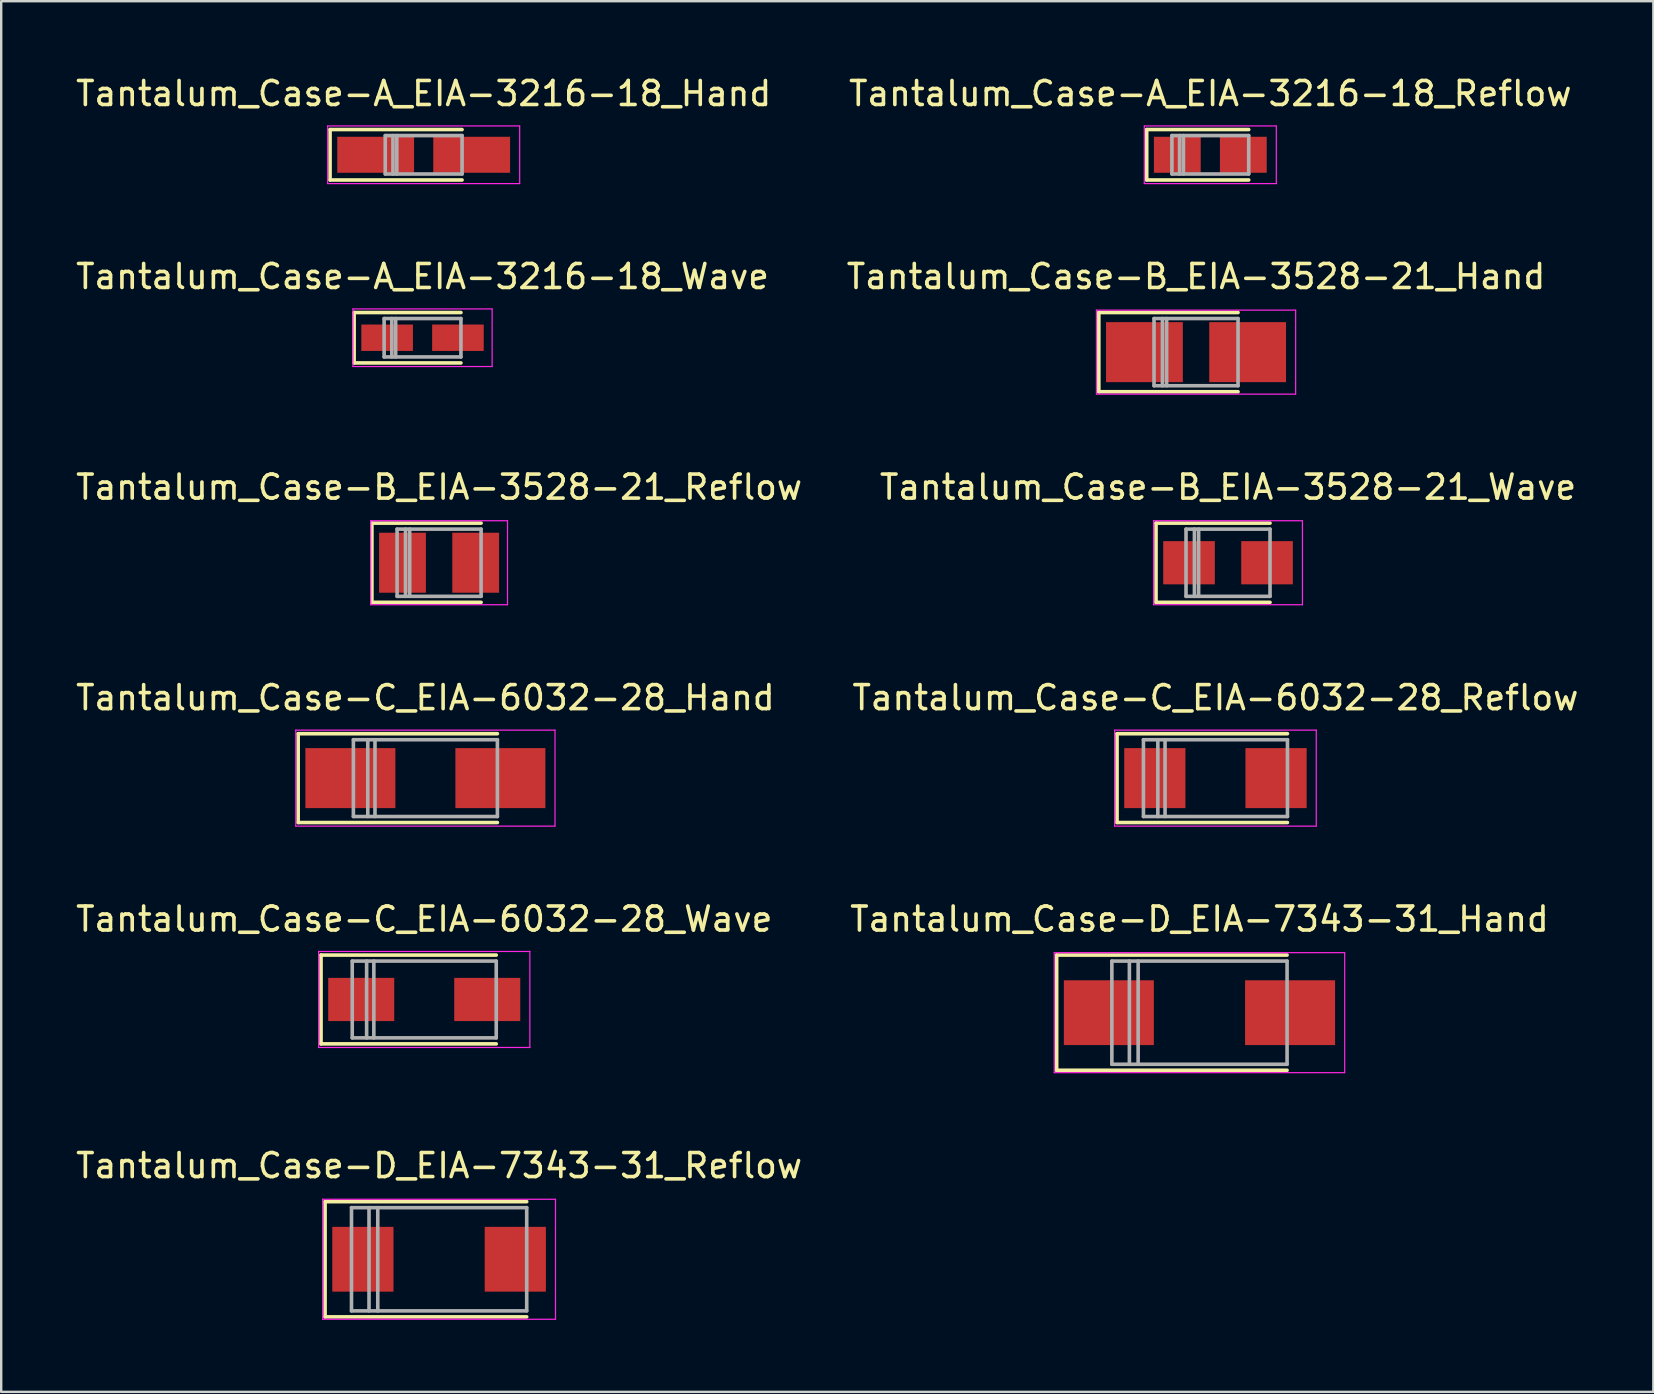
<source format=kicad_pcb>
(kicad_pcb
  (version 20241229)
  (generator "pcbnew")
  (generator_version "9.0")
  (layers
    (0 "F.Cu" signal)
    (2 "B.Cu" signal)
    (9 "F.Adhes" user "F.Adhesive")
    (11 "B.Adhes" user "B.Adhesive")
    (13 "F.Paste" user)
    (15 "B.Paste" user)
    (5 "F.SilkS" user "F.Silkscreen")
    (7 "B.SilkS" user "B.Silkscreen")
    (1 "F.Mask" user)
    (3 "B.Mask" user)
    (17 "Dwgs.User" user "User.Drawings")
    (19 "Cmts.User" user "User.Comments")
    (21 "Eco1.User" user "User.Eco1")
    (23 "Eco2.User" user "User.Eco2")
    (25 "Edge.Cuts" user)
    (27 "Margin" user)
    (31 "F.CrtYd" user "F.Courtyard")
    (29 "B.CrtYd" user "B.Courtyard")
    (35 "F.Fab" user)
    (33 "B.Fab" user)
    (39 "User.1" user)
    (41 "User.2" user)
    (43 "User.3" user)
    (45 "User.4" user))
  (footprint "Tantalum_Case-B_EIA-3528-21_Reflow"
    (layer "F.Cu")
    (at 15.244 20.395)
    (property "Reference" "Tantalum_Case-B_EIA-3528-21_Reflow" (at 0 -3.15 0) (layer "F.SilkS") (effects (font (size 1 1) (thickness 0.15))))
    (attr smd)
    (fp_line (start -2.8 -1.65) (end -2.8 1.65) (stroke (width 0.15) (type solid)) (layer "F.SilkS"))
    (fp_line (start -2.8 -1.65) (end 1.75 -1.65) (stroke (width 0.15) (type solid)) (layer "F.SilkS"))
    (fp_line (start -2.8 1.65) (end 1.75 1.65) (stroke (width 0.15) (type solid)) (layer "F.SilkS"))
    (fp_line (start -2.85 -1.75) (end -2.85 1.75) (stroke (width 0.05) (type solid)) (layer "F.CrtYd"))
    (fp_line (start -2.85 1.75) (end 2.85 1.75) (stroke (width 0.05) (type solid)) (layer "F.CrtYd"))
    (fp_line (start 2.85 -1.75) (end -2.85 -1.75) (stroke (width 0.05) (type solid)) (layer "F.CrtYd"))
    (fp_line (start 2.85 1.75) (end 2.85 -1.75) (stroke (width 0.05) (type solid)) (layer "F.CrtYd"))
    (fp_line (start -1.75 -1.4) (end -1.75 1.4) (stroke (width 0.15) (type solid)) (layer "F.Fab"))
    (fp_line (start -1.75 1.4) (end 1.75 1.4) (stroke (width 0.15) (type solid)) (layer "F.Fab"))
    (fp_line (start -1.4 -1.4) (end -1.4 1.4) (stroke (width 0.15) (type solid)) (layer "F.Fab"))
    (fp_line (start -1.225 -1.4) (end -1.225 1.4) (stroke (width 0.15) (type solid)) (layer "F.Fab"))
    (fp_line (start 1.75 -1.4) (end -1.75 -1.4) (stroke (width 0.15) (type solid)) (layer "F.Fab"))
    (fp_line (start 1.75 1.4) (end 1.75 -1.4) (stroke (width 0.15) (type solid)) (layer "F.Fab"))
    (pad "1" smd rect (at -1.525 0) (size 1.95 2.5) (layers "F.Cu" "F.Mask" "F.Paste"))
    (pad "2" smd rect (at 1.525 0) (size 1.95 2.5) (layers "F.Cu" "F.Mask" "F.Paste")))
  (footprint "Tantalum_Case-D_EIA-7343-31_Hand"
    (layer "F.Cu")
    (at 46.923 39.141)
    (property "Reference" "Tantalum_Case-D_EIA-7343-31_Hand" (at 0 -3.9 0) (layer "F.SilkS") (effects (font (size 1 1) (thickness 0.15))))
    (attr smd)
    (fp_line (start -5.95 -2.4) (end -5.95 2.4) (stroke (width 0.15) (type solid)) (layer "F.SilkS"))
    (fp_line (start -5.95 -2.4) (end 3.65 -2.4) (stroke (width 0.15) (type solid)) (layer "F.SilkS"))
    (fp_line (start -5.95 2.4) (end 3.65 2.4) (stroke (width 0.15) (type solid)) (layer "F.SilkS"))
    (fp_line (start -6.05 -2.5) (end -6.05 2.5) (stroke (width 0.05) (type solid)) (layer "F.CrtYd"))
    (fp_line (start -6.05 2.5) (end 6.05 2.5) (stroke (width 0.05) (type solid)) (layer "F.CrtYd"))
    (fp_line (start 6.05 -2.5) (end -6.05 -2.5) (stroke (width 0.05) (type solid)) (layer "F.CrtYd"))
    (fp_line (start 6.05 2.5) (end 6.05 -2.5) (stroke (width 0.05) (type solid)) (layer "F.CrtYd"))
    (fp_line (start -3.65 -2.15) (end -3.65 2.15) (stroke (width 0.15) (type solid)) (layer "F.Fab"))
    (fp_line (start -3.65 2.15) (end 3.65 2.15) (stroke (width 0.15) (type solid)) (layer "F.Fab"))
    (fp_line (start -2.92 -2.15) (end -2.92 2.15) (stroke (width 0.15) (type solid)) (layer "F.Fab"))
    (fp_line (start -2.555 -2.15) (end -2.555 2.15) (stroke (width 0.15) (type solid)) (layer "F.Fab"))
    (fp_line (start 3.65 -2.15) (end -3.65 -2.15) (stroke (width 0.15) (type solid)) (layer "F.Fab"))
    (fp_line (start 3.65 2.15) (end 3.65 -2.15) (stroke (width 0.15) (type solid)) (layer "F.Fab"))
    (pad "1" smd rect (at -3.775 0) (size 3.75 2.7) (layers "F.Cu" "F.Mask" "F.Paste"))
    (pad "2" smd rect (at 3.775 0) (size 3.75 2.7) (layers "F.Cu" "F.Mask" "F.Paste")))
  (footprint "Tantalum_Case-A_EIA-3216-18_Wave"
    (layer "F.Cu")
    (at 14.554 11.021)
    (property "Reference" "Tantalum_Case-A_EIA-3216-18_Wave" (at 0 -2.55 0) (layer "F.SilkS") (effects (font (size 1 1) (thickness 0.15))))
    (attr smd)
    (fp_line (start -2.85 -1.05) (end -2.85 1.05) (stroke (width 0.15) (type solid)) (layer "F.SilkS"))
    (fp_line (start -2.85 -1.05) (end 1.6 -1.05) (stroke (width 0.15) (type solid)) (layer "F.SilkS"))
    (fp_line (start -2.85 1.05) (end 1.6 1.05) (stroke (width 0.15) (type solid)) (layer "F.SilkS"))
    (fp_line (start -2.9 -1.2) (end -2.9 1.2) (stroke (width 0.05) (type solid)) (layer "F.CrtYd"))
    (fp_line (start -2.9 1.2) (end 2.9 1.2) (stroke (width 0.05) (type solid)) (layer "F.CrtYd"))
    (fp_line (start 2.9 -1.2) (end -2.9 -1.2) (stroke (width 0.05) (type solid)) (layer "F.CrtYd"))
    (fp_line (start 2.9 1.2) (end 2.9 -1.2) (stroke (width 0.05) (type solid)) (layer "F.CrtYd"))
    (fp_line (start -1.6 -0.8) (end -1.6 0.8) (stroke (width 0.15) (type solid)) (layer "F.Fab"))
    (fp_line (start -1.6 0.8) (end 1.6 0.8) (stroke (width 0.15) (type solid)) (layer "F.Fab"))
    (fp_line (start -1.28 -0.8) (end -1.28 0.8) (stroke (width 0.15) (type solid)) (layer "F.Fab"))
    (fp_line (start -1.12 -0.8) (end -1.12 0.8) (stroke (width 0.15) (type solid)) (layer "F.Fab"))
    (fp_line (start 1.6 -0.8) (end -1.6 -0.8) (stroke (width 0.15) (type solid)) (layer "F.Fab"))
    (fp_line (start 1.6 0.8) (end 1.6 -0.8) (stroke (width 0.15) (type solid)) (layer "F.Fab"))
    (pad "1" smd rect (at -1.475 0) (size 2.15 1.1) (layers "F.Cu" "F.Mask" "F.Paste"))
    (pad "2" smd rect (at 1.475 0) (size 2.15 1.1) (layers "F.Cu" "F.Mask" "F.Paste")))
  (footprint "Tantalum_Case-B_EIA-3528-21_Wave"
    (layer "F.Cu")
    (at 48.113 20.395)
    (property "Reference" "Tantalum_Case-B_EIA-3528-21_Wave" (at 0 -3.15 0) (layer "F.SilkS") (effects (font (size 1 1) (thickness 0.15))))
    (attr smd)
    (fp_line (start -3 -1.65) (end -3 1.65) (stroke (width 0.15) (type solid)) (layer "F.SilkS"))
    (fp_line (start -3 -1.65) (end 1.75 -1.65) (stroke (width 0.15) (type solid)) (layer "F.SilkS"))
    (fp_line (start -3 1.65) (end 1.75 1.65) (stroke (width 0.15) (type solid)) (layer "F.SilkS"))
    (fp_line (start -3.1 -1.75) (end -3.1 1.75) (stroke (width 0.05) (type solid)) (layer "F.CrtYd"))
    (fp_line (start -3.1 1.75) (end 3.1 1.75) (stroke (width 0.05) (type solid)) (layer "F.CrtYd"))
    (fp_line (start 3.1 -1.75) (end -3.1 -1.75) (stroke (width 0.05) (type solid)) (layer "F.CrtYd"))
    (fp_line (start 3.1 1.75) (end 3.1 -1.75) (stroke (width 0.05) (type solid)) (layer "F.CrtYd"))
    (fp_line (start -1.75 -1.4) (end -1.75 1.4) (stroke (width 0.15) (type solid)) (layer "F.Fab"))
    (fp_line (start -1.75 1.4) (end 1.75 1.4) (stroke (width 0.15) (type solid)) (layer "F.Fab"))
    (fp_line (start -1.4 -1.4) (end -1.4 1.4) (stroke (width 0.15) (type solid)) (layer "F.Fab"))
    (fp_line (start -1.225 -1.4) (end -1.225 1.4) (stroke (width 0.15) (type solid)) (layer "F.Fab"))
    (fp_line (start 1.75 -1.4) (end -1.75 -1.4) (stroke (width 0.15) (type solid)) (layer "F.Fab"))
    (fp_line (start 1.75 1.4) (end 1.75 -1.4) (stroke (width 0.15) (type solid)) (layer "F.Fab"))
    (pad "1" smd rect (at -1.625 0) (size 2.15 1.8) (layers "F.Cu" "F.Mask" "F.Paste"))
    (pad "2" smd rect (at 1.625 0) (size 2.15 1.8) (layers "F.Cu" "F.Mask" "F.Paste")))
  (footprint "Tantalum_Case-A_EIA-3216-18_Hand"
    (layer "F.Cu")
    (at 14.601 3.398)
    (property "Reference" "Tantalum_Case-A_EIA-3216-18_Hand" (at 0 -2.55 0) (layer "F.SilkS") (effects (font (size 1 1) (thickness 0.15))))
    (attr smd)
    (fp_line (start -3.9 -1.05) (end -3.9 1.05) (stroke (width 0.15) (type solid)) (layer "F.SilkS"))
    (fp_line (start -3.9 -1.05) (end 1.6 -1.05) (stroke (width 0.15) (type solid)) (layer "F.SilkS"))
    (fp_line (start -3.9 1.05) (end 1.6 1.05) (stroke (width 0.15) (type solid)) (layer "F.SilkS"))
    (fp_line (start -4 -1.2) (end -4 1.2) (stroke (width 0.05) (type solid)) (layer "F.CrtYd"))
    (fp_line (start -4 1.2) (end 4 1.2) (stroke (width 0.05) (type solid)) (layer "F.CrtYd"))
    (fp_line (start 4 -1.2) (end -4 -1.2) (stroke (width 0.05) (type solid)) (layer "F.CrtYd"))
    (fp_line (start 4 1.2) (end 4 -1.2) (stroke (width 0.05) (type solid)) (layer "F.CrtYd"))
    (fp_line (start -1.6 -0.8) (end -1.6 0.8) (stroke (width 0.15) (type solid)) (layer "F.Fab"))
    (fp_line (start -1.6 0.8) (end 1.6 0.8) (stroke (width 0.15) (type solid)) (layer "F.Fab"))
    (fp_line (start -1.28 -0.8) (end -1.28 0.8) (stroke (width 0.15) (type solid)) (layer "F.Fab"))
    (fp_line (start -1.12 -0.8) (end -1.12 0.8) (stroke (width 0.15) (type solid)) (layer "F.Fab"))
    (fp_line (start 1.6 -0.8) (end -1.6 -0.8) (stroke (width 0.15) (type solid)) (layer "F.Fab"))
    (fp_line (start 1.6 0.8) (end 1.6 -0.8) (stroke (width 0.15) (type solid)) (layer "F.Fab"))
    (pad "1" smd rect (at -2 0) (size 3.2 1.5) (layers "F.Cu" "F.Mask" "F.Paste"))
    (pad "2" smd rect (at 2 0) (size 3.2 1.5) (layers "F.Cu" "F.Mask" "F.Paste")))
  (footprint "Tantalum_Case-C_EIA-6032-28_Wave"
    (layer "F.Cu")
    (at 14.625 38.591)
    (property "Reference" "Tantalum_Case-C_EIA-6032-28_Wave" (at 0 -3.35 0) (layer "F.SilkS") (effects (font (size 1 1) (thickness 0.15))))
    (attr smd)
    (fp_line (start -4.3 -1.85) (end -4.3 1.85) (stroke (width 0.15) (type solid)) (layer "F.SilkS"))
    (fp_line (start -4.3 -1.85) (end 3 -1.85) (stroke (width 0.15) (type solid)) (layer "F.SilkS"))
    (fp_line (start -4.3 1.85) (end 3 1.85) (stroke (width 0.15) (type solid)) (layer "F.SilkS"))
    (fp_line (start -4.4 -2) (end -4.4 2) (stroke (width 0.05) (type solid)) (layer "F.CrtYd"))
    (fp_line (start -4.4 2) (end 4.4 2) (stroke (width 0.05) (type solid)) (layer "F.CrtYd"))
    (fp_line (start 4.4 -2) (end -4.4 -2) (stroke (width 0.05) (type solid)) (layer "F.CrtYd"))
    (fp_line (start 4.4 2) (end 4.4 -2) (stroke (width 0.05) (type solid)) (layer "F.CrtYd"))
    (fp_line (start -3 -1.6) (end -3 1.6) (stroke (width 0.15) (type solid)) (layer "F.Fab"))
    (fp_line (start -3 1.6) (end 3 1.6) (stroke (width 0.15) (type solid)) (layer "F.Fab"))
    (fp_line (start -2.4 -1.6) (end -2.4 1.6) (stroke (width 0.15) (type solid)) (layer "F.Fab"))
    (fp_line (start -2.1 -1.6) (end -2.1 1.6) (stroke (width 0.15) (type solid)) (layer "F.Fab"))
    (fp_line (start 3 -1.6) (end -3 -1.6) (stroke (width 0.15) (type solid)) (layer "F.Fab"))
    (fp_line (start 3 1.6) (end 3 -1.6) (stroke (width 0.15) (type solid)) (layer "F.Fab"))
    (pad "1" smd rect (at -2.625 0) (size 2.75 1.8) (layers "F.Cu" "F.Mask" "F.Paste"))
    (pad "2" smd rect (at 2.625 0) (size 2.75 1.8) (layers "F.Cu" "F.Mask" "F.Paste")))
  (footprint "Tantalum_Case-A_EIA-3216-18_Reflow"
    (layer "F.Cu")
    (at 47.375 3.398)
    (property "Reference" "Tantalum_Case-A_EIA-3216-18_Reflow" (at 0 -2.55 0) (layer "F.SilkS") (effects (font (size 1 1) (thickness 0.15))))
    (attr smd)
    (fp_line (start -2.65 -1.05) (end -2.65 1.05) (stroke (width 0.15) (type solid)) (layer "F.SilkS"))
    (fp_line (start -2.65 -1.05) (end 1.6 -1.05) (stroke (width 0.15) (type solid)) (layer "F.SilkS"))
    (fp_line (start -2.65 1.05) (end 1.6 1.05) (stroke (width 0.15) (type solid)) (layer "F.SilkS"))
    (fp_line (start -2.75 -1.2) (end -2.75 1.2) (stroke (width 0.05) (type solid)) (layer "F.CrtYd"))
    (fp_line (start -2.75 1.2) (end 2.75 1.2) (stroke (width 0.05) (type solid)) (layer "F.CrtYd"))
    (fp_line (start 2.75 -1.2) (end -2.75 -1.2) (stroke (width 0.05) (type solid)) (layer "F.CrtYd"))
    (fp_line (start 2.75 1.2) (end 2.75 -1.2) (stroke (width 0.05) (type solid)) (layer "F.CrtYd"))
    (fp_line (start -1.6 -0.8) (end -1.6 0.8) (stroke (width 0.15) (type solid)) (layer "F.Fab"))
    (fp_line (start -1.6 0.8) (end 1.6 0.8) (stroke (width 0.15) (type solid)) (layer "F.Fab"))
    (fp_line (start -1.28 -0.8) (end -1.28 0.8) (stroke (width 0.15) (type solid)) (layer "F.Fab"))
    (fp_line (start -1.12 -0.8) (end -1.12 0.8) (stroke (width 0.15) (type solid)) (layer "F.Fab"))
    (fp_line (start 1.6 -0.8) (end -1.6 -0.8) (stroke (width 0.15) (type solid)) (layer "F.Fab"))
    (fp_line (start 1.6 0.8) (end 1.6 -0.8) (stroke (width 0.15) (type solid)) (layer "F.Fab"))
    (pad "1" smd rect (at -1.375 0) (size 1.95 1.5) (layers "F.Cu" "F.Mask" "F.Paste"))
    (pad "2" smd rect (at 1.375 0) (size 1.95 1.5) (layers "F.Cu" "F.Mask" "F.Paste")))
  (footprint "Tantalum_Case-C_EIA-6032-28_Reflow"
    (layer "F.Cu")
    (at 47.589 29.368)
    (property "Reference" "Tantalum_Case-C_EIA-6032-28_Reflow" (at 0 -3.35 0) (layer "F.SilkS") (effects (font (size 1 1) (thickness 0.15))))
    (attr smd)
    (fp_line (start -4.1 -1.85) (end -4.1 1.85) (stroke (width 0.15) (type solid)) (layer "F.SilkS"))
    (fp_line (start -4.1 -1.85) (end 3 -1.85) (stroke (width 0.15) (type solid)) (layer "F.SilkS"))
    (fp_line (start -4.1 1.85) (end 3 1.85) (stroke (width 0.15) (type solid)) (layer "F.SilkS"))
    (fp_line (start -4.2 -2) (end -4.2 2) (stroke (width 0.05) (type solid)) (layer "F.CrtYd"))
    (fp_line (start -4.2 2) (end 4.2 2) (stroke (width 0.05) (type solid)) (layer "F.CrtYd"))
    (fp_line (start 4.2 -2) (end -4.2 -2) (stroke (width 0.05) (type solid)) (layer "F.CrtYd"))
    (fp_line (start 4.2 2) (end 4.2 -2) (stroke (width 0.05) (type solid)) (layer "F.CrtYd"))
    (fp_line (start -3 -1.6) (end -3 1.6) (stroke (width 0.15) (type solid)) (layer "F.Fab"))
    (fp_line (start -3 1.6) (end 3 1.6) (stroke (width 0.15) (type solid)) (layer "F.Fab"))
    (fp_line (start -2.4 -1.6) (end -2.4 1.6) (stroke (width 0.15) (type solid)) (layer "F.Fab"))
    (fp_line (start -2.1 -1.6) (end -2.1 1.6) (stroke (width 0.15) (type solid)) (layer "F.Fab"))
    (fp_line (start 3 -1.6) (end -3 -1.6) (stroke (width 0.15) (type solid)) (layer "F.Fab"))
    (fp_line (start 3 1.6) (end 3 -1.6) (stroke (width 0.15) (type solid)) (layer "F.Fab"))
    (pad "1" smd rect (at -2.525 0) (size 2.55 2.5) (layers "F.Cu" "F.Mask" "F.Paste"))
    (pad "2" smd rect (at 2.525 0) (size 2.55 2.5) (layers "F.Cu" "F.Mask" "F.Paste")))
  (footprint "Tantalum_Case-D_EIA-7343-31_Reflow"
    (layer "F.Cu")
    (at 15.244 49.414)
    (property "Reference" "Tantalum_Case-D_EIA-7343-31_Reflow" (at 0 -3.9 0) (layer "F.SilkS") (effects (font (size 1 1) (thickness 0.15))))
    (attr smd)
    (fp_line (start -4.75 -2.4) (end -4.75 2.4) (stroke (width 0.15) (type solid)) (layer "F.SilkS"))
    (fp_line (start -4.75 -2.4) (end 3.65 -2.4) (stroke (width 0.15) (type solid)) (layer "F.SilkS"))
    (fp_line (start -4.75 2.4) (end 3.65 2.4) (stroke (width 0.15) (type solid)) (layer "F.SilkS"))
    (fp_line (start -4.85 -2.5) (end -4.85 2.5) (stroke (width 0.05) (type solid)) (layer "F.CrtYd"))
    (fp_line (start -4.85 2.5) (end 4.85 2.5) (stroke (width 0.05) (type solid)) (layer "F.CrtYd"))
    (fp_line (start 4.85 -2.5) (end -4.85 -2.5) (stroke (width 0.05) (type solid)) (layer "F.CrtYd"))
    (fp_line (start 4.85 2.5) (end 4.85 -2.5) (stroke (width 0.05) (type solid)) (layer "F.CrtYd"))
    (fp_line (start -3.65 -2.15) (end -3.65 2.15) (stroke (width 0.15) (type solid)) (layer "F.Fab"))
    (fp_line (start -3.65 2.15) (end 3.65 2.15) (stroke (width 0.15) (type solid)) (layer "F.Fab"))
    (fp_line (start -2.92 -2.15) (end -2.92 2.15) (stroke (width 0.15) (type solid)) (layer "F.Fab"))
    (fp_line (start -2.555 -2.15) (end -2.555 2.15) (stroke (width 0.15) (type solid)) (layer "F.Fab"))
    (fp_line (start 3.65 -2.15) (end -3.65 -2.15) (stroke (width 0.15) (type solid)) (layer "F.Fab"))
    (fp_line (start 3.65 2.15) (end 3.65 -2.15) (stroke (width 0.15) (type solid)) (layer "F.Fab"))
    (pad "1" smd rect (at -3.175 0) (size 2.55 2.7) (layers "F.Cu" "F.Mask" "F.Paste"))
    (pad "2" smd rect (at 3.175 0) (size 2.55 2.7) (layers "F.Cu" "F.Mask" "F.Paste")))
  (footprint "Tantalum_Case-B_EIA-3528-21_Hand"
    (layer "F.Cu")
    (at 46.78 11.621)
    (property "Reference" "Tantalum_Case-B_EIA-3528-21_Hand" (at 0 -3.15 0) (layer "F.SilkS") (effects (font (size 1 1) (thickness 0.15))))
    (attr smd)
    (fp_line (start -4.05 -1.65) (end -4.05 1.65) (stroke (width 0.15) (type solid)) (layer "F.SilkS"))
    (fp_line (start -4.05 -1.65) (end 1.75 -1.65) (stroke (width 0.15) (type solid)) (layer "F.SilkS"))
    (fp_line (start -4.05 1.65) (end 1.75 1.65) (stroke (width 0.15) (type solid)) (layer "F.SilkS"))
    (fp_line (start -4.15 -1.75) (end -4.15 1.75) (stroke (width 0.05) (type solid)) (layer "F.CrtYd"))
    (fp_line (start -4.15 1.75) (end 4.15 1.75) (stroke (width 0.05) (type solid)) (layer "F.CrtYd"))
    (fp_line (start 4.15 -1.75) (end -4.15 -1.75) (stroke (width 0.05) (type solid)) (layer "F.CrtYd"))
    (fp_line (start 4.15 1.75) (end 4.15 -1.75) (stroke (width 0.05) (type solid)) (layer "F.CrtYd"))
    (fp_line (start -1.75 -1.4) (end -1.75 1.4) (stroke (width 0.15) (type solid)) (layer "F.Fab"))
    (fp_line (start -1.75 1.4) (end 1.75 1.4) (stroke (width 0.15) (type solid)) (layer "F.Fab"))
    (fp_line (start -1.4 -1.4) (end -1.4 1.4) (stroke (width 0.15) (type solid)) (layer "F.Fab"))
    (fp_line (start -1.225 -1.4) (end -1.225 1.4) (stroke (width 0.15) (type solid)) (layer "F.Fab"))
    (fp_line (start 1.75 -1.4) (end -1.75 -1.4) (stroke (width 0.15) (type solid)) (layer "F.Fab"))
    (fp_line (start 1.75 1.4) (end 1.75 -1.4) (stroke (width 0.15) (type solid)) (layer "F.Fab"))
    (pad "1" smd rect (at -2.15 0) (size 3.2 2.5) (layers "F.Cu" "F.Mask" "F.Paste"))
    (pad "2" smd rect (at 2.15 0) (size 3.2 2.5) (layers "F.Cu" "F.Mask" "F.Paste")))
  (footprint "Tantalum_Case-C_EIA-6032-28_Hand"
    (layer "F.Cu")
    (at 14.673 29.368)
    (property "Reference" "Tantalum_Case-C_EIA-6032-28_Hand" (at 0 -3.35 0) (layer "F.SilkS") (effects (font (size 1 1) (thickness 0.15))))
    (attr smd)
    (fp_line (start -5.3 -1.85) (end -5.3 1.85) (stroke (width 0.15) (type solid)) (layer "F.SilkS"))
    (fp_line (start -5.3 -1.85) (end 3 -1.85) (stroke (width 0.15) (type solid)) (layer "F.SilkS"))
    (fp_line (start -5.3 1.85) (end 3 1.85) (stroke (width 0.15) (type solid)) (layer "F.SilkS"))
    (fp_line (start -5.4 -2) (end -5.4 2) (stroke (width 0.05) (type solid)) (layer "F.CrtYd"))
    (fp_line (start -5.4 2) (end 5.4 2) (stroke (width 0.05) (type solid)) (layer "F.CrtYd"))
    (fp_line (start 5.4 -2) (end -5.4 -2) (stroke (width 0.05) (type solid)) (layer "F.CrtYd"))
    (fp_line (start 5.4 2) (end 5.4 -2) (stroke (width 0.05) (type solid)) (layer "F.CrtYd"))
    (fp_line (start -3 -1.6) (end -3 1.6) (stroke (width 0.15) (type solid)) (layer "F.Fab"))
    (fp_line (start -3 1.6) (end 3 1.6) (stroke (width 0.15) (type solid)) (layer "F.Fab"))
    (fp_line (start -2.4 -1.6) (end -2.4 1.6) (stroke (width 0.15) (type solid)) (layer "F.Fab"))
    (fp_line (start -2.1 -1.6) (end -2.1 1.6) (stroke (width 0.15) (type solid)) (layer "F.Fab"))
    (fp_line (start 3 -1.6) (end -3 -1.6) (stroke (width 0.15) (type solid)) (layer "F.Fab"))
    (fp_line (start 3 1.6) (end 3 -1.6) (stroke (width 0.15) (type solid)) (layer "F.Fab"))
    (pad "1" smd rect (at -3.125 0) (size 3.75 2.5) (layers "F.Cu" "F.Mask" "F.Paste"))
    (pad "2" smd rect (at 3.125 0) (size 3.75 2.5) (layers "F.Cu" "F.Mask" "F.Paste")))
  (gr_rect
    (start -3 -3)
    (end 65.833 54.94)
    (stroke (width 0.1) (type default))
    (fill no)
    (layer "Edge.Cuts")))
</source>
